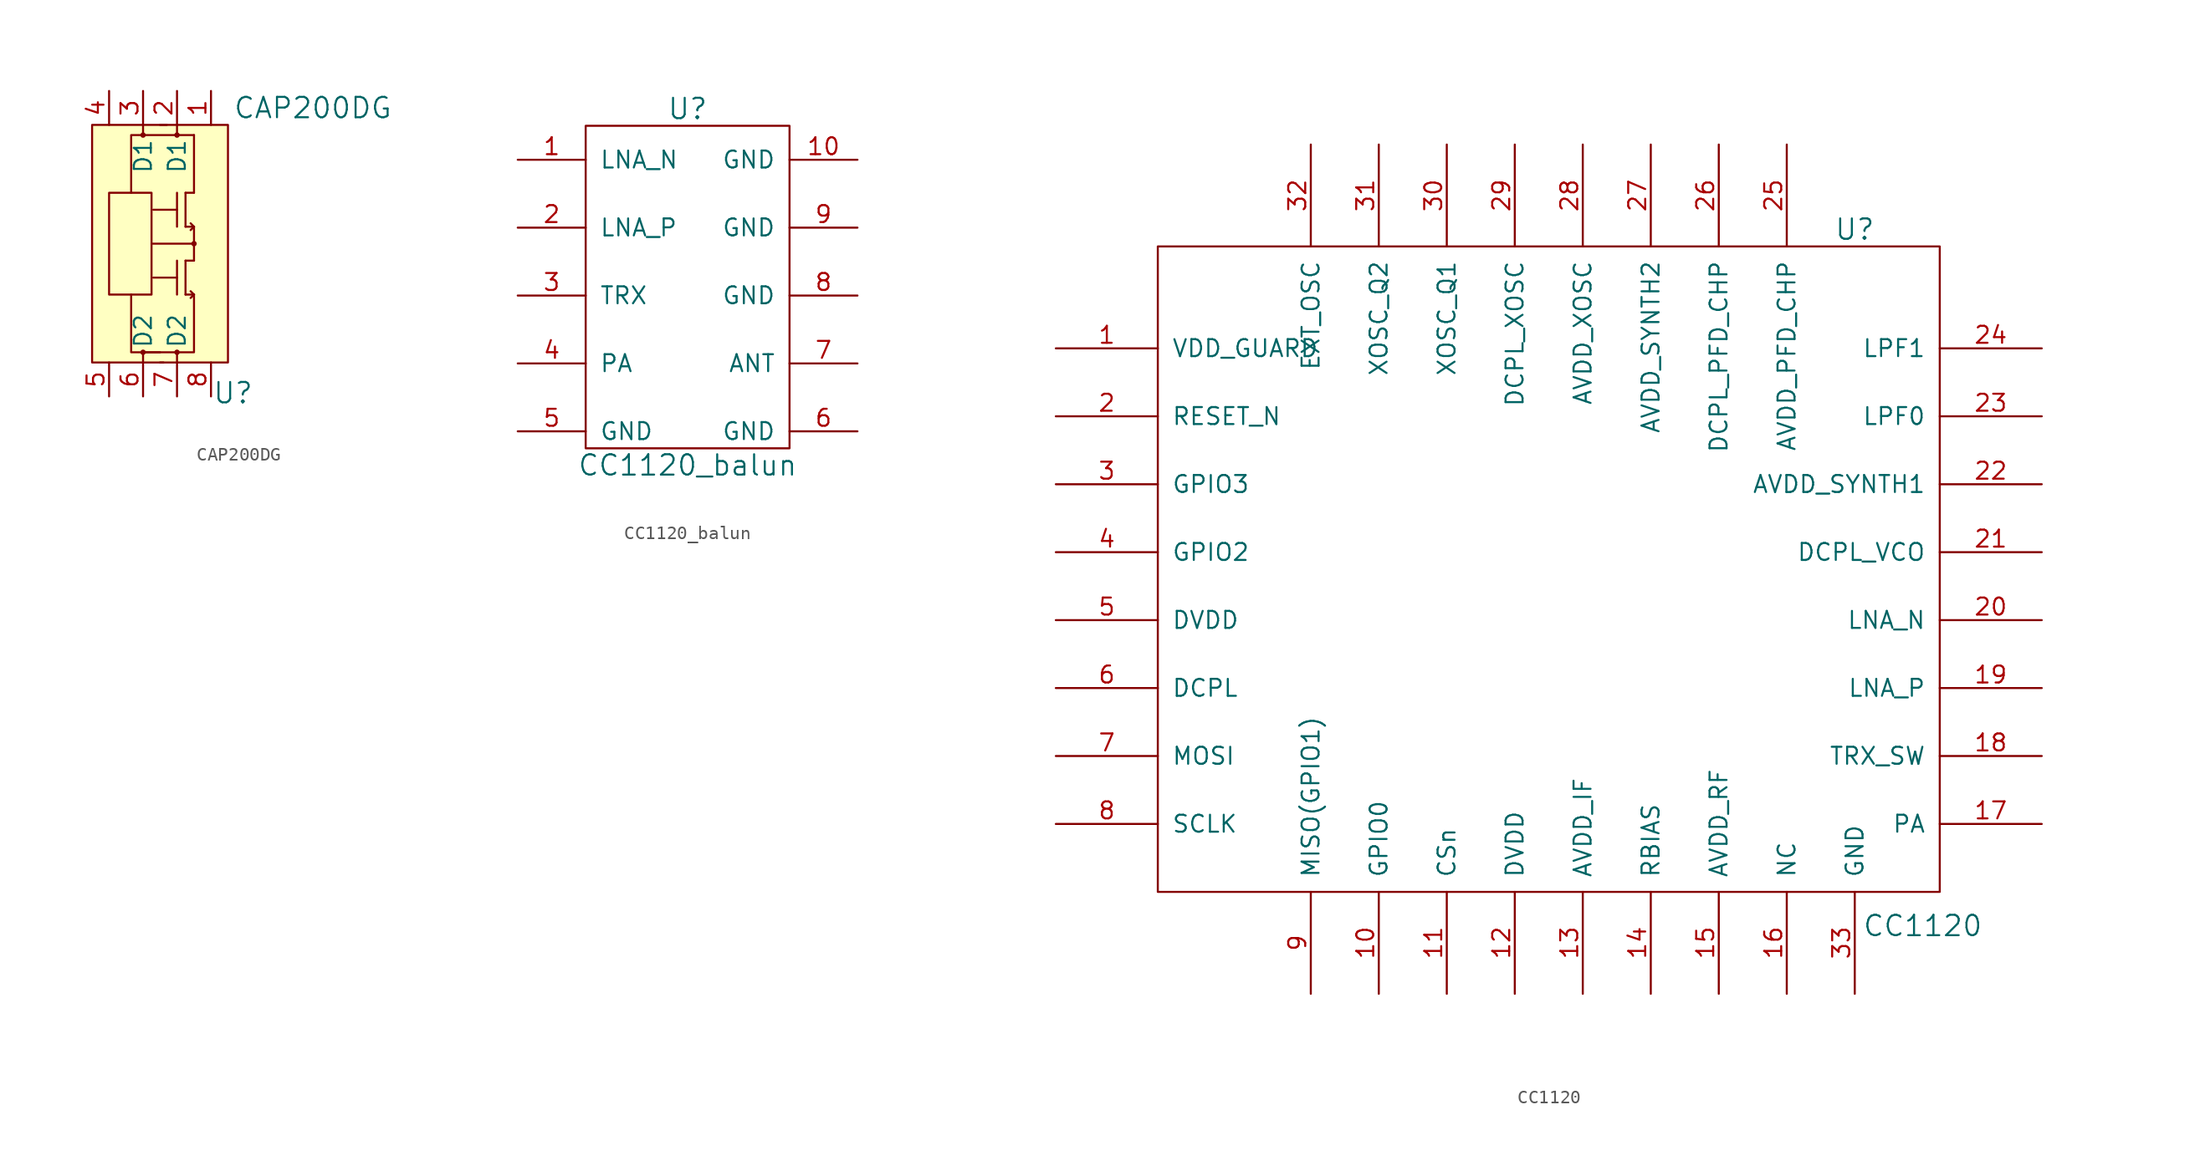
<source format=kicad_sym>
(kicad_symbol_lib
  (version 20211014)
  (generator kicad_symbol_editor)
  (symbol "CAP200DG"
    (pin_names
      (offset 1.016))
    (property "Reference" "U"
      (at 4.191 -11.176 0)
      (effects (font (size 1.524 1.524))))
    (property "Value" "CAP200DG"
      (at 10.16 10.16 0)
      (effects (font (size 1.524 1.524))))
    (symbol "CAP200DG_0_1"
      (rectangle (start -6.35 8.89) (end 3.81 -8.89) (stroke (width 0) (type default) (color 0 0 0 0)) (fill (type background)))
      (rectangle (start -5.08 3.81) (end -1.905 -3.81) (stroke (width 0) (type default) (color 0 0 0 0)) (fill (type none)))
      (circle (center -2.54 -8.128) (radius 0.127) (stroke (width 0) (type default) (color 0 0 0 0)) (fill (type none)))
      (circle (center -2.54 8.128) (radius 0.127) (stroke (width 0) (type default) (color 0 0 0 0)) (fill (type none)))
      (circle (center 0 -8.128) (radius 0.127) (stroke (width 0) (type default) (color 0 0 0 0)) (fill (type none)))
      (polyline (pts (xy -2.54 8.89) (xy -2.54 8.128)) (stroke (width 0) (type default) (color 0 0 0 0)) (fill (type none)))
      (polyline (pts (xy -1.27 -8.89) (xy -1.016 -8.89)) (stroke (width 0) (type default) (color 0 0 0 0)) (fill (type none)))
      (polyline (pts (xy -1.27 8.89) (xy -0.762 8.89)) (stroke (width 0) (type default) (color 0 0 0 0)) (fill (type none)))
      (polyline (pts (xy 0 -8.89) (xy 0 -8.255)) (stroke (width 0) (type default) (color 0 0 0 0)) (fill (type none)))
      (polyline (pts (xy 0 -2.54) (xy 0 -3.81)) (stroke (width 0) (type default) (color 0 0 0 0)) (fill (type none)))
      (polyline (pts (xy 0 2.54) (xy 0 1.27)) (stroke (width 0) (type default) (color 0 0 0 0)) (fill (type none)))
      (polyline (pts (xy 0 8.89) (xy 0 8.255)) (stroke (width 0) (type default) (color 0 0 0 0)) (fill (type none)))
      (polyline (pts (xy 0.635 -3.81) (xy 1.27 -3.81)) (stroke (width 0) (type default) (color 0 0 0 0)) (fill (type none)))
      (polyline (pts (xy 0.635 -1.27) (xy 0.635 -3.81)) (stroke (width 0) (type default) (color 0 0 0 0)) (fill (type none)))
      (polyline (pts (xy 0.635 -1.27) (xy 1.27 -1.27)) (stroke (width 0) (type default) (color 0 0 0 0)) (fill (type none)))
      (polyline (pts (xy 0.635 1.27) (xy 1.27 1.27)) (stroke (width 0) (type default) (color 0 0 0 0)) (fill (type none)))
      (polyline (pts (xy 0.635 3.81) (xy 0.635 1.27)) (stroke (width 0) (type default) (color 0 0 0 0)) (fill (type none)))
      (polyline (pts (xy 0.635 3.81) (xy 1.27 3.81)) (stroke (width 0) (type default) (color 0 0 0 0)) (fill (type none)))
      (polyline (pts (xy 1.27 -3.81) (xy 1.016 -4.064)) (stroke (width 0) (type default) (color 0 0 0 0)) (fill (type none)))
      (polyline (pts (xy 1.27 -3.81) (xy 1.016 -3.556)) (stroke (width 0) (type default) (color 0 0 0 0)) (fill (type none)))
      (polyline (pts (xy 1.27 0) (xy -1.905 0)) (stroke (width 0) (type default) (color 0 0 0 0)) (fill (type none)))
      (polyline (pts (xy 1.27 1.27) (xy 1.016 1.016)) (stroke (width 0) (type default) (color 0 0 0 0)) (fill (type none)))
      (polyline (pts (xy 1.27 1.27) (xy 1.016 1.524)) (stroke (width 0) (type default) (color 0 0 0 0)) (fill (type none)))
      (polyline (pts (xy 1.27 1.27) (xy 1.27 -1.27)) (stroke (width 0) (type default) (color 0 0 0 0)) (fill (type none)))
      (polyline (pts (xy 1.27 3.81) (xy 1.27 8.128)) (stroke (width 0) (type default) (color 0 0 0 0)) (fill (type none)))
      (polyline (pts (xy -2.54 -8.89) (xy -2.54 -8.128) (xy 0 -8.128)) (stroke (width 0) (type default) (color 0 0 0 0)) (fill (type none)))
      (polyline (pts (xy -1.778 -2.54) (xy 0 -2.54) (xy 0 -1.27)) (stroke (width 0) (type default) (color 0 0 0 0)) (fill (type none)))
      (polyline (pts (xy -1.778 2.54) (xy 0 2.54) (xy 0 3.81)) (stroke (width 0) (type default) (color 0 0 0 0)) (fill (type none)))
      (polyline (pts (xy -1.27 -8.128) (xy -3.429 -8.128) (xy -3.429 -3.81)) (stroke (width 0) (type default) (color 0 0 0 0)) (fill (type none)))
      (polyline (pts (xy 1.27 -3.81) (xy 1.27 -8.128) (xy 0 -8.128)) (stroke (width 0) (type default) (color 0 0 0 0)) (fill (type none)))
      (polyline (pts (xy 1.27 8.128) (xy -3.429 8.128) (xy -3.429 3.81)) (stroke (width 0) (type default) (color 0 0 0 0)) (fill (type none)))
      (circle (center 0 8.128) (radius 0.127) (stroke (width 0) (type default) (color 0 0 0 0)) (fill (type none)))
      (circle (center 1.27 0) (radius 0.127) (stroke (width 0) (type default) (color 0 0 0 0)) (fill (type none))))
    (symbol "CAP200DG_1_1"
      (pin passive line (at 2.54 11.43 270) (length 2.54) (name "~" (effects (font (size 1.27 1.27)))) (number "1" (effects (font (size 1.27 1.27)))))
      (pin input line (at 0 11.43 270) (length 2.54) (name "D1" (effects (font (size 1.27 1.27)))) (number "2" (effects (font (size 1.27 1.27)))))
      (pin input line (at -2.54 11.43 270) (length 2.54) (name "D1" (effects (font (size 1.27 1.27)))) (number "3" (effects (font (size 1.27 1.27)))))
      (pin passive line (at -5.08 11.43 270) (length 2.54) (name "~" (effects (font (size 1.27 1.27)))) (number "4" (effects (font (size 1.27 1.27)))))
      (pin passive line (at -5.08 -11.43 90) (length 2.54) (name "~" (effects (font (size 1.27 1.27)))) (number "5" (effects (font (size 1.27 1.27)))))
      (pin input line (at -2.54 -11.43 90) (length 2.54) (name "D2" (effects (font (size 1.27 1.27)))) (number "6" (effects (font (size 1.27 1.27)))))
      (pin input line (at 0 -11.43 90) (length 2.54) (name "D2" (effects (font (size 1.27 1.27)))) (number "7" (effects (font (size 1.27 1.27)))))
      (pin passive line (at 2.54 -11.43 90) (length 2.54) (name "~" (effects (font (size 1.27 1.27)))) (number "8" (effects (font (size 1.27 1.27)))))))
  (symbol "CC1120_balun"
    (pin_names
      (offset 1.016))
    (property "Reference" "U"
      (at 0 13.97 0)
      (effects (font (size 1.524 1.524))))
    (property "Value" "CC1120_balun"
      (at 0 -12.7 0)
      (effects (font (size 1.524 1.524))))
    (property "Datasheet" ""
      (at 0 0 0)
      (effects (font (size 1.524 1.524))))
    (symbol "CC1120_balun_0_1"
      (rectangle (start 7.62 -11.43) (end -7.62 12.7) (stroke (width 0) (type default) (color 0 0 0 0)) (fill (type none))))
    (symbol "CC1120_balun_1_1"
      (pin input line (at -12.7 10.16 0) (length 5.08) (name "LNA_N" (effects (font (size 1.27 1.27)))) (number "1" (effects (font (size 1.27 1.27)))))
      (pin input line (at 12.7 10.16 180) (length 5.08) (name "GND" (effects (font (size 1.27 1.27)))) (number "10" (effects (font (size 1.27 1.27)))))
      (pin input line (at -12.7 5.08 0) (length 5.08) (name "LNA_P" (effects (font (size 1.27 1.27)))) (number "2" (effects (font (size 1.27 1.27)))))
      (pin input line (at -12.7 0 0) (length 5.08) (name "TRX" (effects (font (size 1.27 1.27)))) (number "3" (effects (font (size 1.27 1.27)))))
      (pin input line (at -12.7 -5.08 0) (length 5.08) (name "PA" (effects (font (size 1.27 1.27)))) (number "4" (effects (font (size 1.27 1.27)))))
      (pin input line (at -12.7 -10.16 0) (length 5.08) (name "GND" (effects (font (size 1.27 1.27)))) (number "5" (effects (font (size 1.27 1.27)))))
      (pin input line (at 12.7 -10.16 180) (length 5.08) (name "GND" (effects (font (size 1.27 1.27)))) (number "6" (effects (font (size 1.27 1.27)))))
      (pin input line (at 12.7 -5.08 180) (length 5.08) (name "ANT" (effects (font (size 1.27 1.27)))) (number "7" (effects (font (size 1.27 1.27)))))
      (pin input line (at 12.7 0 180) (length 5.08) (name "GND" (effects (font (size 1.27 1.27)))) (number "8" (effects (font (size 1.27 1.27)))))
      (pin input line (at 12.7 5.08 180) (length 5.08) (name "GND" (effects (font (size 1.27 1.27)))) (number "9" (effects (font (size 1.27 1.27)))))))
  (symbol "CC1120"
    (pin_names
      (offset 1.016))
    (property "Reference" "U"
      (at 22.86 26.67 0)
      (effects (font (size 1.524 1.524))))
    (property "Value" "CC1120"
      (at 27.94 -25.4 0)
      (effects (font (size 1.524 1.524))))
    (property "Footprint" ""
      (at 0 0 0)
      (effects (font (size 1.524 1.524))))
    (property "Datasheet" ""
      (at 0 0 0)
      (effects (font (size 1.524 1.524))))
    (symbol "CC1120_0_1"
      (rectangle (start -29.21 25.4) (end 29.21 -22.86) (stroke (width 0) (type default) (color 0 0 0 0)) (fill (type none))))
    (symbol "CC1120_1_1"
      (pin input line (at -36.83 17.78 0) (length 7.62) (name "VDD_GUARD" (effects (font (size 1.27 1.27)))) (number "1" (effects (font (size 1.27 1.27)))))
      (pin input line (at -12.7 -30.48 90) (length 7.62) (name "GPIO0" (effects (font (size 1.27 1.27)))) (number "10" (effects (font (size 1.27 1.27)))))
      (pin input line (at -7.62 -30.48 90) (length 7.62) (name "CSn" (effects (font (size 1.27 1.27)))) (number "11" (effects (font (size 1.27 1.27)))))
      (pin input line (at -2.54 -30.48 90) (length 7.62) (name "DVDD" (effects (font (size 1.27 1.27)))) (number "12" (effects (font (size 1.27 1.27)))))
      (pin input line (at 2.54 -30.48 90) (length 7.62) (name "AVDD_IF" (effects (font (size 1.27 1.27)))) (number "13" (effects (font (size 1.27 1.27)))))
      (pin input line (at 7.62 -30.48 90) (length 7.62) (name "RBIAS" (effects (font (size 1.27 1.27)))) (number "14" (effects (font (size 1.27 1.27)))))
      (pin input line (at 12.7 -30.48 90) (length 7.62) (name "AVDD_RF" (effects (font (size 1.27 1.27)))) (number "15" (effects (font (size 1.27 1.27)))))
      (pin input line (at 17.78 -30.48 90) (length 7.62) (name "NC" (effects (font (size 1.27 1.27)))) (number "16" (effects (font (size 1.27 1.27)))))
      (pin input line (at 36.83 -17.78 180) (length 7.62) (name "PA" (effects (font (size 1.27 1.27)))) (number "17" (effects (font (size 1.27 1.27)))))
      (pin input line (at 36.83 -12.7 180) (length 7.62) (name "TRX_SW" (effects (font (size 1.27 1.27)))) (number "18" (effects (font (size 1.27 1.27)))))
      (pin input line (at 36.83 -7.62 180) (length 7.62) (name "LNA_P" (effects (font (size 1.27 1.27)))) (number "19" (effects (font (size 1.27 1.27)))))
      (pin input line (at -36.83 12.7 0) (length 7.62) (name "RESET_N" (effects (font (size 1.27 1.27)))) (number "2" (effects (font (size 1.27 1.27)))))
      (pin input line (at 36.83 -2.54 180) (length 7.62) (name "LNA_N" (effects (font (size 1.27 1.27)))) (number "20" (effects (font (size 1.27 1.27)))))
      (pin input line (at 36.83 2.54 180) (length 7.62) (name "DCPL_VCO" (effects (font (size 1.27 1.27)))) (number "21" (effects (font (size 1.27 1.27)))))
      (pin input line (at 36.83 7.62 180) (length 7.62) (name "AVDD_SYNTH1" (effects (font (size 1.27 1.27)))) (number "22" (effects (font (size 1.27 1.27)))))
      (pin input line (at 36.83 12.7 180) (length 7.62) (name "LPF0" (effects (font (size 1.27 1.27)))) (number "23" (effects (font (size 1.27 1.27)))))
      (pin input line (at 36.83 17.78 180) (length 7.62) (name "LPF1" (effects (font (size 1.27 1.27)))) (number "24" (effects (font (size 1.27 1.27)))))
      (pin input line (at 17.78 33.02 270) (length 7.62) (name "AVDD_PFD_CHP" (effects (font (size 1.27 1.27)))) (number "25" (effects (font (size 1.27 1.27)))))
      (pin input line (at 12.7 33.02 270) (length 7.62) (name "DCPL_PFD_CHP" (effects (font (size 1.27 1.27)))) (number "26" (effects (font (size 1.27 1.27)))))
      (pin input line (at 7.62 33.02 270) (length 7.62) (name "AVDD_SYNTH2" (effects (font (size 1.27 1.27)))) (number "27" (effects (font (size 1.27 1.27)))))
      (pin input line (at 2.54 33.02 270) (length 7.62) (name "AVDD_XOSC" (effects (font (size 1.27 1.27)))) (number "28" (effects (font (size 1.27 1.27)))))
      (pin input line (at -2.54 33.02 270) (length 7.62) (name "DCPL_XOSC" (effects (font (size 1.27 1.27)))) (number "29" (effects (font (size 1.27 1.27)))))
      (pin input line (at -36.83 7.62 0) (length 7.62) (name "GPIO3" (effects (font (size 1.27 1.27)))) (number "3" (effects (font (size 1.27 1.27)))))
      (pin input line (at -7.62 33.02 270) (length 7.62) (name "XOSC_Q1" (effects (font (size 1.27 1.27)))) (number "30" (effects (font (size 1.27 1.27)))))
      (pin input line (at -12.7 33.02 270) (length 7.62) (name "XOSC_Q2" (effects (font (size 1.27 1.27)))) (number "31" (effects (font (size 1.27 1.27)))))
      (pin input line (at -17.78 33.02 270) (length 7.62) (name "EXT_OSC" (effects (font (size 1.27 1.27)))) (number "32" (effects (font (size 1.27 1.27)))))
      (pin input line (at 22.86 -30.48 90) (length 7.62) (name "GND" (effects (font (size 1.27 1.27)))) (number "33" (effects (font (size 1.27 1.27)))))
      (pin input line (at -36.83 2.54 0) (length 7.62) (name "GPIO2" (effects (font (size 1.27 1.27)))) (number "4" (effects (font (size 1.27 1.27)))))
      (pin input line (at -36.83 -2.54 0) (length 7.62) (name "DVDD" (effects (font (size 1.27 1.27)))) (number "5" (effects (font (size 1.27 1.27)))))
      (pin input line (at -36.83 -7.62 0) (length 7.62) (name "DCPL" (effects (font (size 1.27 1.27)))) (number "6" (effects (font (size 1.27 1.27)))))
      (pin input line (at -36.83 -12.7 0) (length 7.62) (name "MOSI" (effects (font (size 1.27 1.27)))) (number "7" (effects (font (size 1.27 1.27)))))
      (pin input line (at -36.83 -17.78 0) (length 7.62) (name "SCLK" (effects (font (size 1.27 1.27)))) (number "8" (effects (font (size 1.27 1.27)))))
      (pin input line (at -17.78 -30.48 90) (length 7.62) (name "MISO(GPIO1)" (effects (font (size 1.27 1.27)))) (number "9" (effects (font (size 1.27 1.27))))))))
</source>
